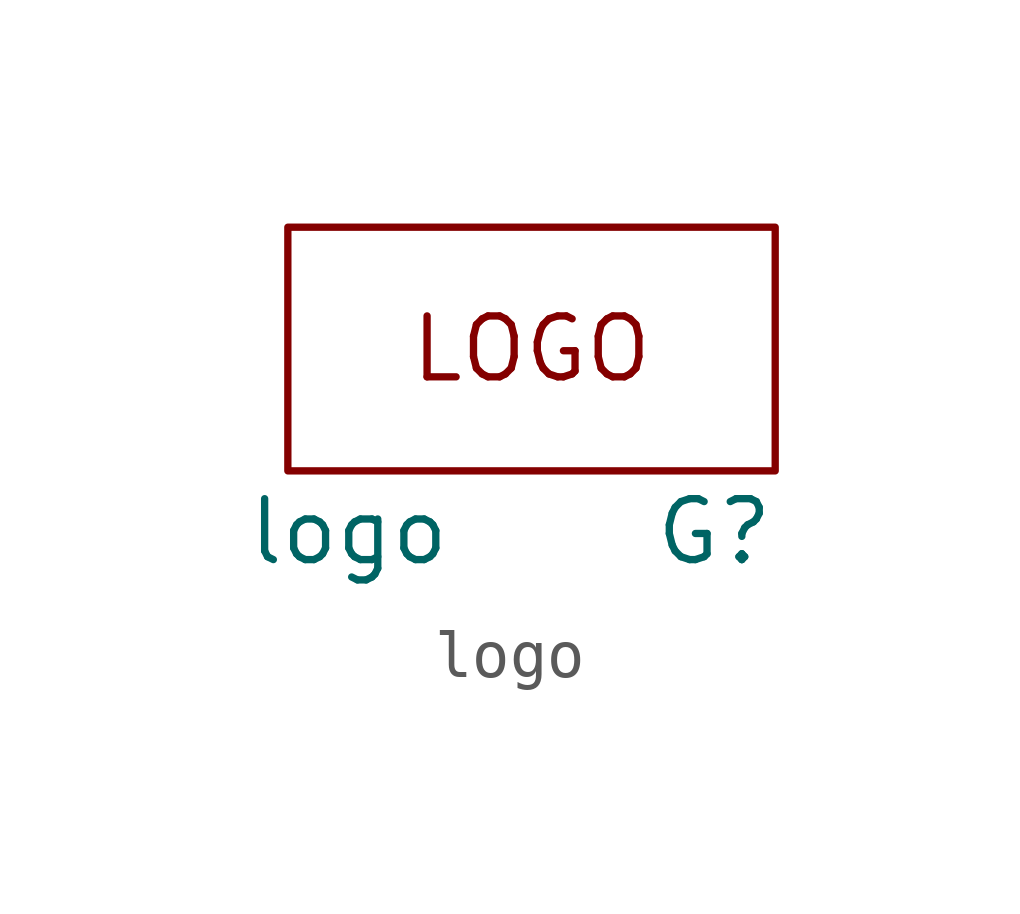
<source format=kicad_sym>
(kicad_symbol_lib
  (version 20211014)
  (generator kicad_symbol_editor)
  (symbol "logo"
    (property "Reference" "G"
      (at 3.81 -3.81 0)
      (effects (font (size 1.27 1.27))))
    (property "Value" "logo"
      (at -3.81 -3.81 0)
      (effects (font (size 1.27 1.27))))
    (symbol "logo_0_0"
      (text "LOGO" (at 0 0 0) (effects (font (size 1.27 1.27)))))
    (symbol "logo_0_1"
      (rectangle (start -5.08 2.54) (end 5.08 -2.54) (stroke (width 0) (type default) (color 0 0 0 0)) (fill (type none))))))
</source>
